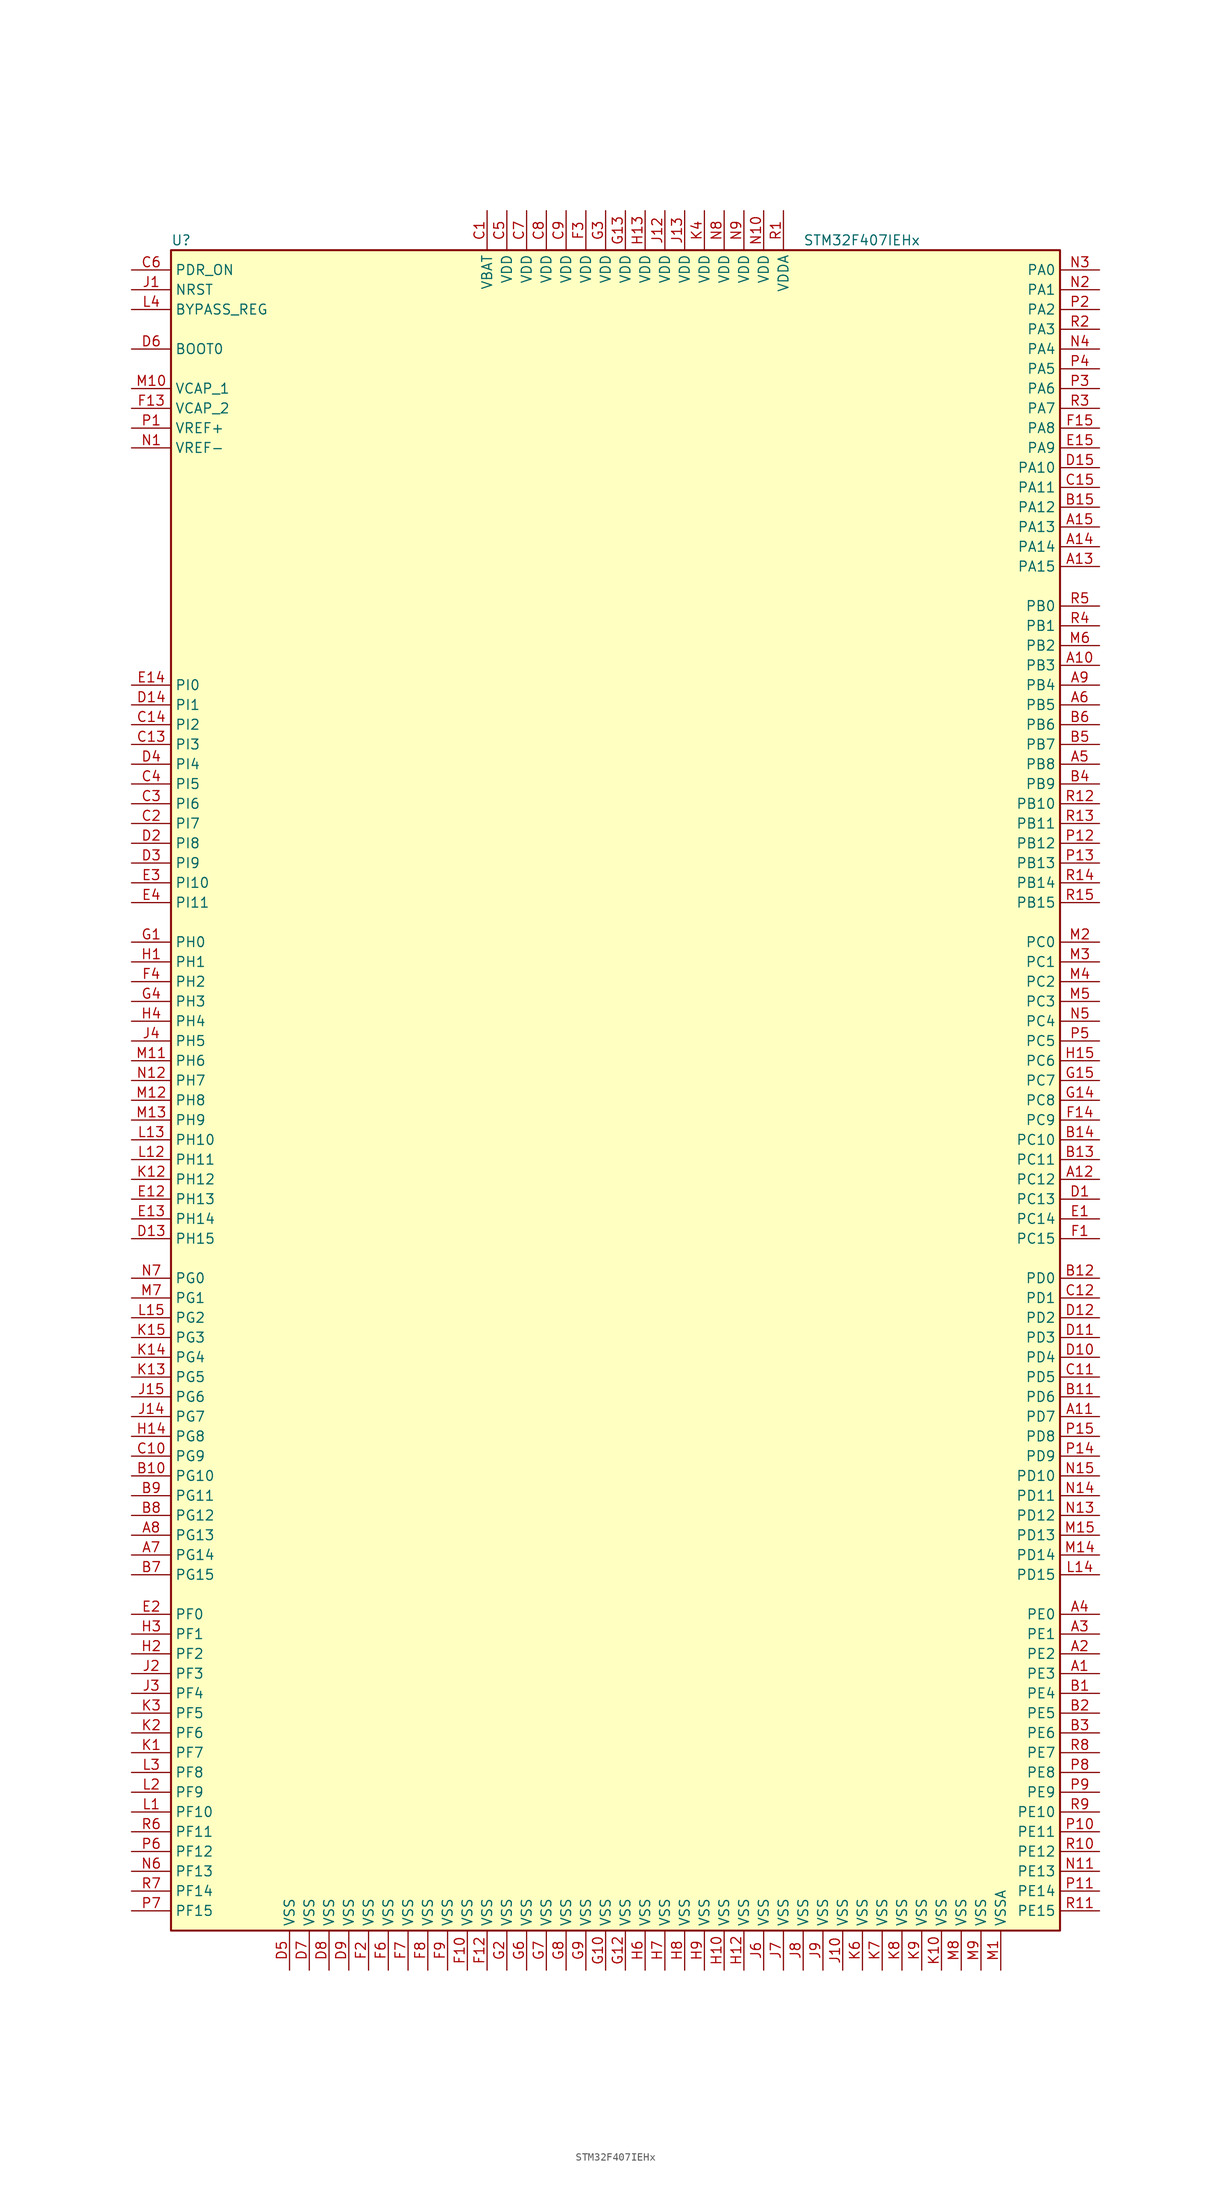
<source format=kicad_sym>
(kicad_symbol_lib
  (version 20201005)
  (generator kicad_symbol_editor)
  (symbol "STM32F407IEHx"
    (property "Reference" "U"
      (at -58.42 107.95 0)
      (effects (font (size 1.27 1.27)) (justify left)))
    (property "Value" "STM32F407IEHx"
      (at 22.86 107.95 0)
      (effects (font (size 1.27 1.27)) (justify left)))
    (symbol "STM32F407IEHx_0_1"
      (rectangle (start -58.42 -109.22) (end 55.88 106.68) (stroke (width 0.254)) (fill (type background))))
    (symbol "STM32F407IEHx_1_1"
      (pin bidirectional line (at 60.96 -76.2 180) (length 5.08) (name "PE3" (effects (font (size 1.27 1.27)))) (number "A1" (effects (font (size 1.27 1.27)))))
      (pin bidirectional line (at 60.96 53.34 180) (length 5.08) (name "PB3" (effects (font (size 1.27 1.27)))) (number "A10" (effects (font (size 1.27 1.27)))))
      (pin bidirectional line (at 60.96 -43.18 180) (length 5.08) (name "PD7" (effects (font (size 1.27 1.27)))) (number "A11" (effects (font (size 1.27 1.27)))))
      (pin bidirectional line (at 60.96 -12.7 180) (length 5.08) (name "PC12" (effects (font (size 1.27 1.27)))) (number "A12" (effects (font (size 1.27 1.27)))))
      (pin bidirectional line (at 60.96 66.04 180) (length 5.08) (name "PA15" (effects (font (size 1.27 1.27)))) (number "A13" (effects (font (size 1.27 1.27)))))
      (pin bidirectional line (at 60.96 68.58 180) (length 5.08) (name "PA14" (effects (font (size 1.27 1.27)))) (number "A14" (effects (font (size 1.27 1.27)))))
      (pin bidirectional line (at 60.96 71.12 180) (length 5.08) (name "PA13" (effects (font (size 1.27 1.27)))) (number "A15" (effects (font (size 1.27 1.27)))))
      (pin bidirectional line (at 60.96 -73.66 180) (length 5.08) (name "PE2" (effects (font (size 1.27 1.27)))) (number "A2" (effects (font (size 1.27 1.27)))))
      (pin bidirectional line (at 60.96 -71.12 180) (length 5.08) (name "PE1" (effects (font (size 1.27 1.27)))) (number "A3" (effects (font (size 1.27 1.27)))))
      (pin bidirectional line (at 60.96 -68.58 180) (length 5.08) (name "PE0" (effects (font (size 1.27 1.27)))) (number "A4" (effects (font (size 1.27 1.27)))))
      (pin bidirectional line (at 60.96 40.64 180) (length 5.08) (name "PB8" (effects (font (size 1.27 1.27)))) (number "A5" (effects (font (size 1.27 1.27)))))
      (pin bidirectional line (at 60.96 48.26 180) (length 5.08) (name "PB5" (effects (font (size 1.27 1.27)))) (number "A6" (effects (font (size 1.27 1.27)))))
      (pin bidirectional line (at -63.5 -60.96 0) (length 5.08) (name "PG14" (effects (font (size 1.27 1.27)))) (number "A7" (effects (font (size 1.27 1.27)))))
      (pin bidirectional line (at -63.5 -58.42 0) (length 5.08) (name "PG13" (effects (font (size 1.27 1.27)))) (number "A8" (effects (font (size 1.27 1.27)))))
      (pin bidirectional line (at 60.96 50.8 180) (length 5.08) (name "PB4" (effects (font (size 1.27 1.27)))) (number "A9" (effects (font (size 1.27 1.27)))))
      (pin bidirectional line (at 60.96 -78.74 180) (length 5.08) (name "PE4" (effects (font (size 1.27 1.27)))) (number "B1" (effects (font (size 1.27 1.27)))))
      (pin bidirectional line (at -63.5 -50.8 0) (length 5.08) (name "PG10" (effects (font (size 1.27 1.27)))) (number "B10" (effects (font (size 1.27 1.27)))))
      (pin bidirectional line (at 60.96 -40.64 180) (length 5.08) (name "PD6" (effects (font (size 1.27 1.27)))) (number "B11" (effects (font (size 1.27 1.27)))))
      (pin bidirectional line (at 60.96 -25.4 180) (length 5.08) (name "PD0" (effects (font (size 1.27 1.27)))) (number "B12" (effects (font (size 1.27 1.27)))))
      (pin bidirectional line (at 60.96 -10.16 180) (length 5.08) (name "PC11" (effects (font (size 1.27 1.27)))) (number "B13" (effects (font (size 1.27 1.27)))))
      (pin bidirectional line (at 60.96 -7.62 180) (length 5.08) (name "PC10" (effects (font (size 1.27 1.27)))) (number "B14" (effects (font (size 1.27 1.27)))))
      (pin bidirectional line (at 60.96 73.66 180) (length 5.08) (name "PA12" (effects (font (size 1.27 1.27)))) (number "B15" (effects (font (size 1.27 1.27)))))
      (pin bidirectional line (at 60.96 -81.28 180) (length 5.08) (name "PE5" (effects (font (size 1.27 1.27)))) (number "B2" (effects (font (size 1.27 1.27)))))
      (pin bidirectional line (at 60.96 -83.82 180) (length 5.08) (name "PE6" (effects (font (size 1.27 1.27)))) (number "B3" (effects (font (size 1.27 1.27)))))
      (pin bidirectional line (at 60.96 38.1 180) (length 5.08) (name "PB9" (effects (font (size 1.27 1.27)))) (number "B4" (effects (font (size 1.27 1.27)))))
      (pin bidirectional line (at 60.96 43.18 180) (length 5.08) (name "PB7" (effects (font (size 1.27 1.27)))) (number "B5" (effects (font (size 1.27 1.27)))))
      (pin bidirectional line (at 60.96 45.72 180) (length 5.08) (name "PB6" (effects (font (size 1.27 1.27)))) (number "B6" (effects (font (size 1.27 1.27)))))
      (pin bidirectional line (at -63.5 -63.5 0) (length 5.08) (name "PG15" (effects (font (size 1.27 1.27)))) (number "B7" (effects (font (size 1.27 1.27)))))
      (pin bidirectional line (at -63.5 -55.88 0) (length 5.08) (name "PG12" (effects (font (size 1.27 1.27)))) (number "B8" (effects (font (size 1.27 1.27)))))
      (pin bidirectional line (at -63.5 -53.34 0) (length 5.08) (name "PG11" (effects (font (size 1.27 1.27)))) (number "B9" (effects (font (size 1.27 1.27)))))
      (pin power_in line (at -17.78 111.76 270) (length 5.08) (name "VBAT" (effects (font (size 1.27 1.27)))) (number "C1" (effects (font (size 1.27 1.27)))))
      (pin bidirectional line (at -63.5 -48.26 0) (length 5.08) (name "PG9" (effects (font (size 1.27 1.27)))) (number "C10" (effects (font (size 1.27 1.27)))))
      (pin bidirectional line (at 60.96 -38.1 180) (length 5.08) (name "PD5" (effects (font (size 1.27 1.27)))) (number "C11" (effects (font (size 1.27 1.27)))))
      (pin bidirectional line (at 60.96 -27.94 180) (length 5.08) (name "PD1" (effects (font (size 1.27 1.27)))) (number "C12" (effects (font (size 1.27 1.27)))))
      (pin bidirectional line (at -63.5 43.18 0) (length 5.08) (name "PI3" (effects (font (size 1.27 1.27)))) (number "C13" (effects (font (size 1.27 1.27)))))
      (pin bidirectional line (at -63.5 45.72 0) (length 5.08) (name "PI2" (effects (font (size 1.27 1.27)))) (number "C14" (effects (font (size 1.27 1.27)))))
      (pin bidirectional line (at 60.96 76.2 180) (length 5.08) (name "PA11" (effects (font (size 1.27 1.27)))) (number "C15" (effects (font (size 1.27 1.27)))))
      (pin bidirectional line (at -63.5 33.02 0) (length 5.08) (name "PI7" (effects (font (size 1.27 1.27)))) (number "C2" (effects (font (size 1.27 1.27)))))
      (pin bidirectional line (at -63.5 35.56 0) (length 5.08) (name "PI6" (effects (font (size 1.27 1.27)))) (number "C3" (effects (font (size 1.27 1.27)))))
      (pin bidirectional line (at -63.5 38.1 0) (length 5.08) (name "PI5" (effects (font (size 1.27 1.27)))) (number "C4" (effects (font (size 1.27 1.27)))))
      (pin power_in line (at -15.24 111.76 270) (length 5.08) (name "VDD" (effects (font (size 1.27 1.27)))) (number "C5" (effects (font (size 1.27 1.27)))))
      (pin input line (at -63.5 104.14 0) (length 5.08) (name "PDR_ON" (effects (font (size 1.27 1.27)))) (number "C6" (effects (font (size 1.27 1.27)))))
      (pin power_in line (at -12.7 111.76 270) (length 5.08) (name "VDD" (effects (font (size 1.27 1.27)))) (number "C7" (effects (font (size 1.27 1.27)))))
      (pin power_in line (at -10.16 111.76 270) (length 5.08) (name "VDD" (effects (font (size 1.27 1.27)))) (number "C8" (effects (font (size 1.27 1.27)))))
      (pin power_in line (at -7.62 111.76 270) (length 5.08) (name "VDD" (effects (font (size 1.27 1.27)))) (number "C9" (effects (font (size 1.27 1.27)))))
      (pin bidirectional line (at 60.96 -15.24 180) (length 5.08) (name "PC13" (effects (font (size 1.27 1.27)))) (number "D1" (effects (font (size 1.27 1.27)))))
      (pin bidirectional line (at 60.96 -35.56 180) (length 5.08) (name "PD4" (effects (font (size 1.27 1.27)))) (number "D10" (effects (font (size 1.27 1.27)))))
      (pin bidirectional line (at 60.96 -33.02 180) (length 5.08) (name "PD3" (effects (font (size 1.27 1.27)))) (number "D11" (effects (font (size 1.27 1.27)))))
      (pin bidirectional line (at 60.96 -30.48 180) (length 5.08) (name "PD2" (effects (font (size 1.27 1.27)))) (number "D12" (effects (font (size 1.27 1.27)))))
      (pin bidirectional line (at -63.5 -20.32 0) (length 5.08) (name "PH15" (effects (font (size 1.27 1.27)))) (number "D13" (effects (font (size 1.27 1.27)))))
      (pin bidirectional line (at -63.5 48.26 0) (length 5.08) (name "PI1" (effects (font (size 1.27 1.27)))) (number "D14" (effects (font (size 1.27 1.27)))))
      (pin bidirectional line (at 60.96 78.74 180) (length 5.08) (name "PA10" (effects (font (size 1.27 1.27)))) (number "D15" (effects (font (size 1.27 1.27)))))
      (pin bidirectional line (at -63.5 30.48 0) (length 5.08) (name "PI8" (effects (font (size 1.27 1.27)))) (number "D2" (effects (font (size 1.27 1.27)))))
      (pin bidirectional line (at -63.5 27.94 0) (length 5.08) (name "PI9" (effects (font (size 1.27 1.27)))) (number "D3" (effects (font (size 1.27 1.27)))))
      (pin bidirectional line (at -63.5 40.64 0) (length 5.08) (name "PI4" (effects (font (size 1.27 1.27)))) (number "D4" (effects (font (size 1.27 1.27)))))
      (pin power_in line (at -43.18 -114.3 90) (length 5.08) (name "VSS" (effects (font (size 1.27 1.27)))) (number "D5" (effects (font (size 1.27 1.27)))))
      (pin input line (at -63.5 93.98 0) (length 5.08) (name "BOOT0" (effects (font (size 1.27 1.27)))) (number "D6" (effects (font (size 1.27 1.27)))))
      (pin power_in line (at -40.64 -114.3 90) (length 5.08) (name "VSS" (effects (font (size 1.27 1.27)))) (number "D7" (effects (font (size 1.27 1.27)))))
      (pin power_in line (at -38.1 -114.3 90) (length 5.08) (name "VSS" (effects (font (size 1.27 1.27)))) (number "D8" (effects (font (size 1.27 1.27)))))
      (pin power_in line (at -35.56 -114.3 90) (length 5.08) (name "VSS" (effects (font (size 1.27 1.27)))) (number "D9" (effects (font (size 1.27 1.27)))))
      (pin bidirectional line (at 60.96 -17.78 180) (length 5.08) (name "PC14" (effects (font (size 1.27 1.27)))) (number "E1" (effects (font (size 1.27 1.27)))))
      (pin bidirectional line (at -63.5 -15.24 0) (length 5.08) (name "PH13" (effects (font (size 1.27 1.27)))) (number "E12" (effects (font (size 1.27 1.27)))))
      (pin bidirectional line (at -63.5 -17.78 0) (length 5.08) (name "PH14" (effects (font (size 1.27 1.27)))) (number "E13" (effects (font (size 1.27 1.27)))))
      (pin bidirectional line (at -63.5 50.8 0) (length 5.08) (name "PI0" (effects (font (size 1.27 1.27)))) (number "E14" (effects (font (size 1.27 1.27)))))
      (pin bidirectional line (at 60.96 81.28 180) (length 5.08) (name "PA9" (effects (font (size 1.27 1.27)))) (number "E15" (effects (font (size 1.27 1.27)))))
      (pin bidirectional line (at -63.5 -68.58 0) (length 5.08) (name "PF0" (effects (font (size 1.27 1.27)))) (number "E2" (effects (font (size 1.27 1.27)))))
      (pin bidirectional line (at -63.5 25.4 0) (length 5.08) (name "PI10" (effects (font (size 1.27 1.27)))) (number "E3" (effects (font (size 1.27 1.27)))))
      (pin bidirectional line (at -63.5 22.86 0) (length 5.08) (name "PI11" (effects (font (size 1.27 1.27)))) (number "E4" (effects (font (size 1.27 1.27)))))
      (pin bidirectional line (at 60.96 -20.32 180) (length 5.08) (name "PC15" (effects (font (size 1.27 1.27)))) (number "F1" (effects (font (size 1.27 1.27)))))
      (pin power_in line (at -20.32 -114.3 90) (length 5.08) (name "VSS" (effects (font (size 1.27 1.27)))) (number "F10" (effects (font (size 1.27 1.27)))))
      (pin power_in line (at -17.78 -114.3 90) (length 5.08) (name "VSS" (effects (font (size 1.27 1.27)))) (number "F12" (effects (font (size 1.27 1.27)))))
      (pin power_in line (at -63.5 86.36 0) (length 5.08) (name "VCAP_2" (effects (font (size 1.27 1.27)))) (number "F13" (effects (font (size 1.27 1.27)))))
      (pin bidirectional line (at 60.96 -5.08 180) (length 5.08) (name "PC9" (effects (font (size 1.27 1.27)))) (number "F14" (effects (font (size 1.27 1.27)))))
      (pin bidirectional line (at 60.96 83.82 180) (length 5.08) (name "PA8" (effects (font (size 1.27 1.27)))) (number "F15" (effects (font (size 1.27 1.27)))))
      (pin power_in line (at -33.02 -114.3 90) (length 5.08) (name "VSS" (effects (font (size 1.27 1.27)))) (number "F2" (effects (font (size 1.27 1.27)))))
      (pin power_in line (at -5.08 111.76 270) (length 5.08) (name "VDD" (effects (font (size 1.27 1.27)))) (number "F3" (effects (font (size 1.27 1.27)))))
      (pin bidirectional line (at -63.5 12.7 0) (length 5.08) (name "PH2" (effects (font (size 1.27 1.27)))) (number "F4" (effects (font (size 1.27 1.27)))))
      (pin power_in line (at -30.48 -114.3 90) (length 5.08) (name "VSS" (effects (font (size 1.27 1.27)))) (number "F6" (effects (font (size 1.27 1.27)))))
      (pin power_in line (at -27.94 -114.3 90) (length 5.08) (name "VSS" (effects (font (size 1.27 1.27)))) (number "F7" (effects (font (size 1.27 1.27)))))
      (pin power_in line (at -25.4 -114.3 90) (length 5.08) (name "VSS" (effects (font (size 1.27 1.27)))) (number "F8" (effects (font (size 1.27 1.27)))))
      (pin power_in line (at -22.86 -114.3 90) (length 5.08) (name "VSS" (effects (font (size 1.27 1.27)))) (number "F9" (effects (font (size 1.27 1.27)))))
      (pin input line (at -63.5 17.78 0) (length 5.08) (name "PH0" (effects (font (size 1.27 1.27)))) (number "G1" (effects (font (size 1.27 1.27)))))
      (pin power_in line (at -2.54 -114.3 90) (length 5.08) (name "VSS" (effects (font (size 1.27 1.27)))) (number "G10" (effects (font (size 1.27 1.27)))))
      (pin power_in line (at 0 -114.3 90) (length 5.08) (name "VSS" (effects (font (size 1.27 1.27)))) (number "G12" (effects (font (size 1.27 1.27)))))
      (pin power_in line (at 0 111.76 270) (length 5.08) (name "VDD" (effects (font (size 1.27 1.27)))) (number "G13" (effects (font (size 1.27 1.27)))))
      (pin bidirectional line (at 60.96 -2.54 180) (length 5.08) (name "PC8" (effects (font (size 1.27 1.27)))) (number "G14" (effects (font (size 1.27 1.27)))))
      (pin bidirectional line (at 60.96 0 180) (length 5.08) (name "PC7" (effects (font (size 1.27 1.27)))) (number "G15" (effects (font (size 1.27 1.27)))))
      (pin power_in line (at -15.24 -114.3 90) (length 5.08) (name "VSS" (effects (font (size 1.27 1.27)))) (number "G2" (effects (font (size 1.27 1.27)))))
      (pin power_in line (at -2.54 111.76 270) (length 5.08) (name "VDD" (effects (font (size 1.27 1.27)))) (number "G3" (effects (font (size 1.27 1.27)))))
      (pin bidirectional line (at -63.5 10.16 0) (length 5.08) (name "PH3" (effects (font (size 1.27 1.27)))) (number "G4" (effects (font (size 1.27 1.27)))))
      (pin power_in line (at -12.7 -114.3 90) (length 5.08) (name "VSS" (effects (font (size 1.27 1.27)))) (number "G6" (effects (font (size 1.27 1.27)))))
      (pin power_in line (at -10.16 -114.3 90) (length 5.08) (name "VSS" (effects (font (size 1.27 1.27)))) (number "G7" (effects (font (size 1.27 1.27)))))
      (pin power_in line (at -7.62 -114.3 90) (length 5.08) (name "VSS" (effects (font (size 1.27 1.27)))) (number "G8" (effects (font (size 1.27 1.27)))))
      (pin power_in line (at -5.08 -114.3 90) (length 5.08) (name "VSS" (effects (font (size 1.27 1.27)))) (number "G9" (effects (font (size 1.27 1.27)))))
      (pin input line (at -63.5 15.24 0) (length 5.08) (name "PH1" (effects (font (size 1.27 1.27)))) (number "H1" (effects (font (size 1.27 1.27)))))
      (pin power_in line (at 12.7 -114.3 90) (length 5.08) (name "VSS" (effects (font (size 1.27 1.27)))) (number "H10" (effects (font (size 1.27 1.27)))))
      (pin power_in line (at 15.24 -114.3 90) (length 5.08) (name "VSS" (effects (font (size 1.27 1.27)))) (number "H12" (effects (font (size 1.27 1.27)))))
      (pin power_in line (at 2.54 111.76 270) (length 5.08) (name "VDD" (effects (font (size 1.27 1.27)))) (number "H13" (effects (font (size 1.27 1.27)))))
      (pin bidirectional line (at -63.5 -45.72 0) (length 5.08) (name "PG8" (effects (font (size 1.27 1.27)))) (number "H14" (effects (font (size 1.27 1.27)))))
      (pin bidirectional line (at 60.96 2.54 180) (length 5.08) (name "PC6" (effects (font (size 1.27 1.27)))) (number "H15" (effects (font (size 1.27 1.27)))))
      (pin bidirectional line (at -63.5 -73.66 0) (length 5.08) (name "PF2" (effects (font (size 1.27 1.27)))) (number "H2" (effects (font (size 1.27 1.27)))))
      (pin bidirectional line (at -63.5 -71.12 0) (length 5.08) (name "PF1" (effects (font (size 1.27 1.27)))) (number "H3" (effects (font (size 1.27 1.27)))))
      (pin bidirectional line (at -63.5 7.62 0) (length 5.08) (name "PH4" (effects (font (size 1.27 1.27)))) (number "H4" (effects (font (size 1.27 1.27)))))
      (pin power_in line (at 2.54 -114.3 90) (length 5.08) (name "VSS" (effects (font (size 1.27 1.27)))) (number "H6" (effects (font (size 1.27 1.27)))))
      (pin power_in line (at 5.08 -114.3 90) (length 5.08) (name "VSS" (effects (font (size 1.27 1.27)))) (number "H7" (effects (font (size 1.27 1.27)))))
      (pin power_in line (at 7.62 -114.3 90) (length 5.08) (name "VSS" (effects (font (size 1.27 1.27)))) (number "H8" (effects (font (size 1.27 1.27)))))
      (pin power_in line (at 10.16 -114.3 90) (length 5.08) (name "VSS" (effects (font (size 1.27 1.27)))) (number "H9" (effects (font (size 1.27 1.27)))))
      (pin input line (at -63.5 101.6 0) (length 5.08) (name "NRST" (effects (font (size 1.27 1.27)))) (number "J1" (effects (font (size 1.27 1.27)))))
      (pin power_in line (at 27.94 -114.3 90) (length 5.08) (name "VSS" (effects (font (size 1.27 1.27)))) (number "J10" (effects (font (size 1.27 1.27)))))
      (pin power_in line (at 5.08 111.76 270) (length 5.08) (name "VDD" (effects (font (size 1.27 1.27)))) (number "J12" (effects (font (size 1.27 1.27)))))
      (pin power_in line (at 7.62 111.76 270) (length 5.08) (name "VDD" (effects (font (size 1.27 1.27)))) (number "J13" (effects (font (size 1.27 1.27)))))
      (pin bidirectional line (at -63.5 -43.18 0) (length 5.08) (name "PG7" (effects (font (size 1.27 1.27)))) (number "J14" (effects (font (size 1.27 1.27)))))
      (pin bidirectional line (at -63.5 -40.64 0) (length 5.08) (name "PG6" (effects (font (size 1.27 1.27)))) (number "J15" (effects (font (size 1.27 1.27)))))
      (pin bidirectional line (at -63.5 -76.2 0) (length 5.08) (name "PF3" (effects (font (size 1.27 1.27)))) (number "J2" (effects (font (size 1.27 1.27)))))
      (pin bidirectional line (at -63.5 -78.74 0) (length 5.08) (name "PF4" (effects (font (size 1.27 1.27)))) (number "J3" (effects (font (size 1.27 1.27)))))
      (pin bidirectional line (at -63.5 5.08 0) (length 5.08) (name "PH5" (effects (font (size 1.27 1.27)))) (number "J4" (effects (font (size 1.27 1.27)))))
      (pin power_in line (at 17.78 -114.3 90) (length 5.08) (name "VSS" (effects (font (size 1.27 1.27)))) (number "J6" (effects (font (size 1.27 1.27)))))
      (pin power_in line (at 20.32 -114.3 90) (length 5.08) (name "VSS" (effects (font (size 1.27 1.27)))) (number "J7" (effects (font (size 1.27 1.27)))))
      (pin power_in line (at 22.86 -114.3 90) (length 5.08) (name "VSS" (effects (font (size 1.27 1.27)))) (number "J8" (effects (font (size 1.27 1.27)))))
      (pin power_in line (at 25.4 -114.3 90) (length 5.08) (name "VSS" (effects (font (size 1.27 1.27)))) (number "J9" (effects (font (size 1.27 1.27)))))
      (pin bidirectional line (at -63.5 -86.36 0) (length 5.08) (name "PF7" (effects (font (size 1.27 1.27)))) (number "K1" (effects (font (size 1.27 1.27)))))
      (pin power_in line (at 40.64 -114.3 90) (length 5.08) (name "VSS" (effects (font (size 1.27 1.27)))) (number "K10" (effects (font (size 1.27 1.27)))))
      (pin bidirectional line (at -63.5 -12.7 0) (length 5.08) (name "PH12" (effects (font (size 1.27 1.27)))) (number "K12" (effects (font (size 1.27 1.27)))))
      (pin bidirectional line (at -63.5 -38.1 0) (length 5.08) (name "PG5" (effects (font (size 1.27 1.27)))) (number "K13" (effects (font (size 1.27 1.27)))))
      (pin bidirectional line (at -63.5 -35.56 0) (length 5.08) (name "PG4" (effects (font (size 1.27 1.27)))) (number "K14" (effects (font (size 1.27 1.27)))))
      (pin bidirectional line (at -63.5 -33.02 0) (length 5.08) (name "PG3" (effects (font (size 1.27 1.27)))) (number "K15" (effects (font (size 1.27 1.27)))))
      (pin bidirectional line (at -63.5 -83.82 0) (length 5.08) (name "PF6" (effects (font (size 1.27 1.27)))) (number "K2" (effects (font (size 1.27 1.27)))))
      (pin bidirectional line (at -63.5 -81.28 0) (length 5.08) (name "PF5" (effects (font (size 1.27 1.27)))) (number "K3" (effects (font (size 1.27 1.27)))))
      (pin power_in line (at 10.16 111.76 270) (length 5.08) (name "VDD" (effects (font (size 1.27 1.27)))) (number "K4" (effects (font (size 1.27 1.27)))))
      (pin power_in line (at 30.48 -114.3 90) (length 5.08) (name "VSS" (effects (font (size 1.27 1.27)))) (number "K6" (effects (font (size 1.27 1.27)))))
      (pin power_in line (at 33.02 -114.3 90) (length 5.08) (name "VSS" (effects (font (size 1.27 1.27)))) (number "K7" (effects (font (size 1.27 1.27)))))
      (pin power_in line (at 35.56 -114.3 90) (length 5.08) (name "VSS" (effects (font (size 1.27 1.27)))) (number "K8" (effects (font (size 1.27 1.27)))))
      (pin power_in line (at 38.1 -114.3 90) (length 5.08) (name "VSS" (effects (font (size 1.27 1.27)))) (number "K9" (effects (font (size 1.27 1.27)))))
      (pin bidirectional line (at -63.5 -93.98 0) (length 5.08) (name "PF10" (effects (font (size 1.27 1.27)))) (number "L1" (effects (font (size 1.27 1.27)))))
      (pin bidirectional line (at -63.5 -10.16 0) (length 5.08) (name "PH11" (effects (font (size 1.27 1.27)))) (number "L12" (effects (font (size 1.27 1.27)))))
      (pin bidirectional line (at -63.5 -7.62 0) (length 5.08) (name "PH10" (effects (font (size 1.27 1.27)))) (number "L13" (effects (font (size 1.27 1.27)))))
      (pin bidirectional line (at 60.96 -63.5 180) (length 5.08) (name "PD15" (effects (font (size 1.27 1.27)))) (number "L14" (effects (font (size 1.27 1.27)))))
      (pin bidirectional line (at -63.5 -30.48 0) (length 5.08) (name "PG2" (effects (font (size 1.27 1.27)))) (number "L15" (effects (font (size 1.27 1.27)))))
      (pin bidirectional line (at -63.5 -91.44 0) (length 5.08) (name "PF9" (effects (font (size 1.27 1.27)))) (number "L2" (effects (font (size 1.27 1.27)))))
      (pin bidirectional line (at -63.5 -88.9 0) (length 5.08) (name "PF8" (effects (font (size 1.27 1.27)))) (number "L3" (effects (font (size 1.27 1.27)))))
      (pin input line (at -63.5 99.06 0) (length 5.08) (name "BYPASS_REG" (effects (font (size 1.27 1.27)))) (number "L4" (effects (font (size 1.27 1.27)))))
      (pin power_in line (at 48.26 -114.3 90) (length 5.08) (name "VSSA" (effects (font (size 1.27 1.27)))) (number "M1" (effects (font (size 1.27 1.27)))))
      (pin power_in line (at -63.5 88.9 0) (length 5.08) (name "VCAP_1" (effects (font (size 1.27 1.27)))) (number "M10" (effects (font (size 1.27 1.27)))))
      (pin bidirectional line (at -63.5 2.54 0) (length 5.08) (name "PH6" (effects (font (size 1.27 1.27)))) (number "M11" (effects (font (size 1.27 1.27)))))
      (pin bidirectional line (at -63.5 -2.54 0) (length 5.08) (name "PH8" (effects (font (size 1.27 1.27)))) (number "M12" (effects (font (size 1.27 1.27)))))
      (pin bidirectional line (at -63.5 -5.08 0) (length 5.08) (name "PH9" (effects (font (size 1.27 1.27)))) (number "M13" (effects (font (size 1.27 1.27)))))
      (pin bidirectional line (at 60.96 -60.96 180) (length 5.08) (name "PD14" (effects (font (size 1.27 1.27)))) (number "M14" (effects (font (size 1.27 1.27)))))
      (pin bidirectional line (at 60.96 -58.42 180) (length 5.08) (name "PD13" (effects (font (size 1.27 1.27)))) (number "M15" (effects (font (size 1.27 1.27)))))
      (pin bidirectional line (at 60.96 17.78 180) (length 5.08) (name "PC0" (effects (font (size 1.27 1.27)))) (number "M2" (effects (font (size 1.27 1.27)))))
      (pin bidirectional line (at 60.96 15.24 180) (length 5.08) (name "PC1" (effects (font (size 1.27 1.27)))) (number "M3" (effects (font (size 1.27 1.27)))))
      (pin bidirectional line (at 60.96 12.7 180) (length 5.08) (name "PC2" (effects (font (size 1.27 1.27)))) (number "M4" (effects (font (size 1.27 1.27)))))
      (pin bidirectional line (at 60.96 10.16 180) (length 5.08) (name "PC3" (effects (font (size 1.27 1.27)))) (number "M5" (effects (font (size 1.27 1.27)))))
      (pin bidirectional line (at 60.96 55.88 180) (length 5.08) (name "PB2" (effects (font (size 1.27 1.27)))) (number "M6" (effects (font (size 1.27 1.27)))))
      (pin bidirectional line (at -63.5 -27.94 0) (length 5.08) (name "PG1" (effects (font (size 1.27 1.27)))) (number "M7" (effects (font (size 1.27 1.27)))))
      (pin power_in line (at 43.18 -114.3 90) (length 5.08) (name "VSS" (effects (font (size 1.27 1.27)))) (number "M8" (effects (font (size 1.27 1.27)))))
      (pin power_in line (at 45.72 -114.3 90) (length 5.08) (name "VSS" (effects (font (size 1.27 1.27)))) (number "M9" (effects (font (size 1.27 1.27)))))
      (pin power_in line (at -63.5 81.28 0) (length 5.08) (name "VREF-" (effects (font (size 1.27 1.27)))) (number "N1" (effects (font (size 1.27 1.27)))))
      (pin power_in line (at 17.78 111.76 270) (length 5.08) (name "VDD" (effects (font (size 1.27 1.27)))) (number "N10" (effects (font (size 1.27 1.27)))))
      (pin bidirectional line (at 60.96 -101.6 180) (length 5.08) (name "PE13" (effects (font (size 1.27 1.27)))) (number "N11" (effects (font (size 1.27 1.27)))))
      (pin bidirectional line (at -63.5 0 0) (length 5.08) (name "PH7" (effects (font (size 1.27 1.27)))) (number "N12" (effects (font (size 1.27 1.27)))))
      (pin bidirectional line (at 60.96 -55.88 180) (length 5.08) (name "PD12" (effects (font (size 1.27 1.27)))) (number "N13" (effects (font (size 1.27 1.27)))))
      (pin bidirectional line (at 60.96 -53.34 180) (length 5.08) (name "PD11" (effects (font (size 1.27 1.27)))) (number "N14" (effects (font (size 1.27 1.27)))))
      (pin bidirectional line (at 60.96 -50.8 180) (length 5.08) (name "PD10" (effects (font (size 1.27 1.27)))) (number "N15" (effects (font (size 1.27 1.27)))))
      (pin bidirectional line (at 60.96 101.6 180) (length 5.08) (name "PA1" (effects (font (size 1.27 1.27)))) (number "N2" (effects (font (size 1.27 1.27)))))
      (pin bidirectional line (at 60.96 104.14 180) (length 5.08) (name "PA0" (effects (font (size 1.27 1.27)))) (number "N3" (effects (font (size 1.27 1.27)))))
      (pin bidirectional line (at 60.96 93.98 180) (length 5.08) (name "PA4" (effects (font (size 1.27 1.27)))) (number "N4" (effects (font (size 1.27 1.27)))))
      (pin bidirectional line (at 60.96 7.62 180) (length 5.08) (name "PC4" (effects (font (size 1.27 1.27)))) (number "N5" (effects (font (size 1.27 1.27)))))
      (pin bidirectional line (at -63.5 -101.6 0) (length 5.08) (name "PF13" (effects (font (size 1.27 1.27)))) (number "N6" (effects (font (size 1.27 1.27)))))
      (pin bidirectional line (at -63.5 -25.4 0) (length 5.08) (name "PG0" (effects (font (size 1.27 1.27)))) (number "N7" (effects (font (size 1.27 1.27)))))
      (pin power_in line (at 12.7 111.76 270) (length 5.08) (name "VDD" (effects (font (size 1.27 1.27)))) (number "N8" (effects (font (size 1.27 1.27)))))
      (pin power_in line (at 15.24 111.76 270) (length 5.08) (name "VDD" (effects (font (size 1.27 1.27)))) (number "N9" (effects (font (size 1.27 1.27)))))
      (pin power_in line (at -63.5 83.82 0) (length 5.08) (name "VREF+" (effects (font (size 1.27 1.27)))) (number "P1" (effects (font (size 1.27 1.27)))))
      (pin bidirectional line (at 60.96 -96.52 180) (length 5.08) (name "PE11" (effects (font (size 1.27 1.27)))) (number "P10" (effects (font (size 1.27 1.27)))))
      (pin bidirectional line (at 60.96 -104.14 180) (length 5.08) (name "PE14" (effects (font (size 1.27 1.27)))) (number "P11" (effects (font (size 1.27 1.27)))))
      (pin bidirectional line (at 60.96 30.48 180) (length 5.08) (name "PB12" (effects (font (size 1.27 1.27)))) (number "P12" (effects (font (size 1.27 1.27)))))
      (pin bidirectional line (at 60.96 27.94 180) (length 5.08) (name "PB13" (effects (font (size 1.27 1.27)))) (number "P13" (effects (font (size 1.27 1.27)))))
      (pin bidirectional line (at 60.96 -48.26 180) (length 5.08) (name "PD9" (effects (font (size 1.27 1.27)))) (number "P14" (effects (font (size 1.27 1.27)))))
      (pin bidirectional line (at 60.96 -45.72 180) (length 5.08) (name "PD8" (effects (font (size 1.27 1.27)))) (number "P15" (effects (font (size 1.27 1.27)))))
      (pin bidirectional line (at 60.96 99.06 180) (length 5.08) (name "PA2" (effects (font (size 1.27 1.27)))) (number "P2" (effects (font (size 1.27 1.27)))))
      (pin bidirectional line (at 60.96 88.9 180) (length 5.08) (name "PA6" (effects (font (size 1.27 1.27)))) (number "P3" (effects (font (size 1.27 1.27)))))
      (pin bidirectional line (at 60.96 91.44 180) (length 5.08) (name "PA5" (effects (font (size 1.27 1.27)))) (number "P4" (effects (font (size 1.27 1.27)))))
      (pin bidirectional line (at 60.96 5.08 180) (length 5.08) (name "PC5" (effects (font (size 1.27 1.27)))) (number "P5" (effects (font (size 1.27 1.27)))))
      (pin bidirectional line (at -63.5 -99.06 0) (length 5.08) (name "PF12" (effects (font (size 1.27 1.27)))) (number "P6" (effects (font (size 1.27 1.27)))))
      (pin bidirectional line (at -63.5 -106.68 0) (length 5.08) (name "PF15" (effects (font (size 1.27 1.27)))) (number "P7" (effects (font (size 1.27 1.27)))))
      (pin bidirectional line (at 60.96 -88.9 180) (length 5.08) (name "PE8" (effects (font (size 1.27 1.27)))) (number "P8" (effects (font (size 1.27 1.27)))))
      (pin bidirectional line (at 60.96 -91.44 180) (length 5.08) (name "PE9" (effects (font (size 1.27 1.27)))) (number "P9" (effects (font (size 1.27 1.27)))))
      (pin power_in line (at 20.32 111.76 270) (length 5.08) (name "VDDA" (effects (font (size 1.27 1.27)))) (number "R1" (effects (font (size 1.27 1.27)))))
      (pin bidirectional line (at 60.96 -99.06 180) (length 5.08) (name "PE12" (effects (font (size 1.27 1.27)))) (number "R10" (effects (font (size 1.27 1.27)))))
      (pin bidirectional line (at 60.96 -106.68 180) (length 5.08) (name "PE15" (effects (font (size 1.27 1.27)))) (number "R11" (effects (font (size 1.27 1.27)))))
      (pin bidirectional line (at 60.96 35.56 180) (length 5.08) (name "PB10" (effects (font (size 1.27 1.27)))) (number "R12" (effects (font (size 1.27 1.27)))))
      (pin bidirectional line (at 60.96 33.02 180) (length 5.08) (name "PB11" (effects (font (size 1.27 1.27)))) (number "R13" (effects (font (size 1.27 1.27)))))
      (pin bidirectional line (at 60.96 25.4 180) (length 5.08) (name "PB14" (effects (font (size 1.27 1.27)))) (number "R14" (effects (font (size 1.27 1.27)))))
      (pin bidirectional line (at 60.96 22.86 180) (length 5.08) (name "PB15" (effects (font (size 1.27 1.27)))) (number "R15" (effects (font (size 1.27 1.27)))))
      (pin bidirectional line (at 60.96 96.52 180) (length 5.08) (name "PA3" (effects (font (size 1.27 1.27)))) (number "R2" (effects (font (size 1.27 1.27)))))
      (pin bidirectional line (at 60.96 86.36 180) (length 5.08) (name "PA7" (effects (font (size 1.27 1.27)))) (number "R3" (effects (font (size 1.27 1.27)))))
      (pin bidirectional line (at 60.96 58.42 180) (length 5.08) (name "PB1" (effects (font (size 1.27 1.27)))) (number "R4" (effects (font (size 1.27 1.27)))))
      (pin bidirectional line (at 60.96 60.96 180) (length 5.08) (name "PB0" (effects (font (size 1.27 1.27)))) (number "R5" (effects (font (size 1.27 1.27)))))
      (pin bidirectional line (at -63.5 -96.52 0) (length 5.08) (name "PF11" (effects (font (size 1.27 1.27)))) (number "R6" (effects (font (size 1.27 1.27)))))
      (pin bidirectional line (at -63.5 -104.14 0) (length 5.08) (name "PF14" (effects (font (size 1.27 1.27)))) (number "R7" (effects (font (size 1.27 1.27)))))
      (pin bidirectional line (at 60.96 -86.36 180) (length 5.08) (name "PE7" (effects (font (size 1.27 1.27)))) (number "R8" (effects (font (size 1.27 1.27)))))
      (pin bidirectional line (at 60.96 -93.98 180) (length 5.08) (name "PE10" (effects (font (size 1.27 1.27)))) (number "R9" (effects (font (size 1.27 1.27))))))))
</source>
